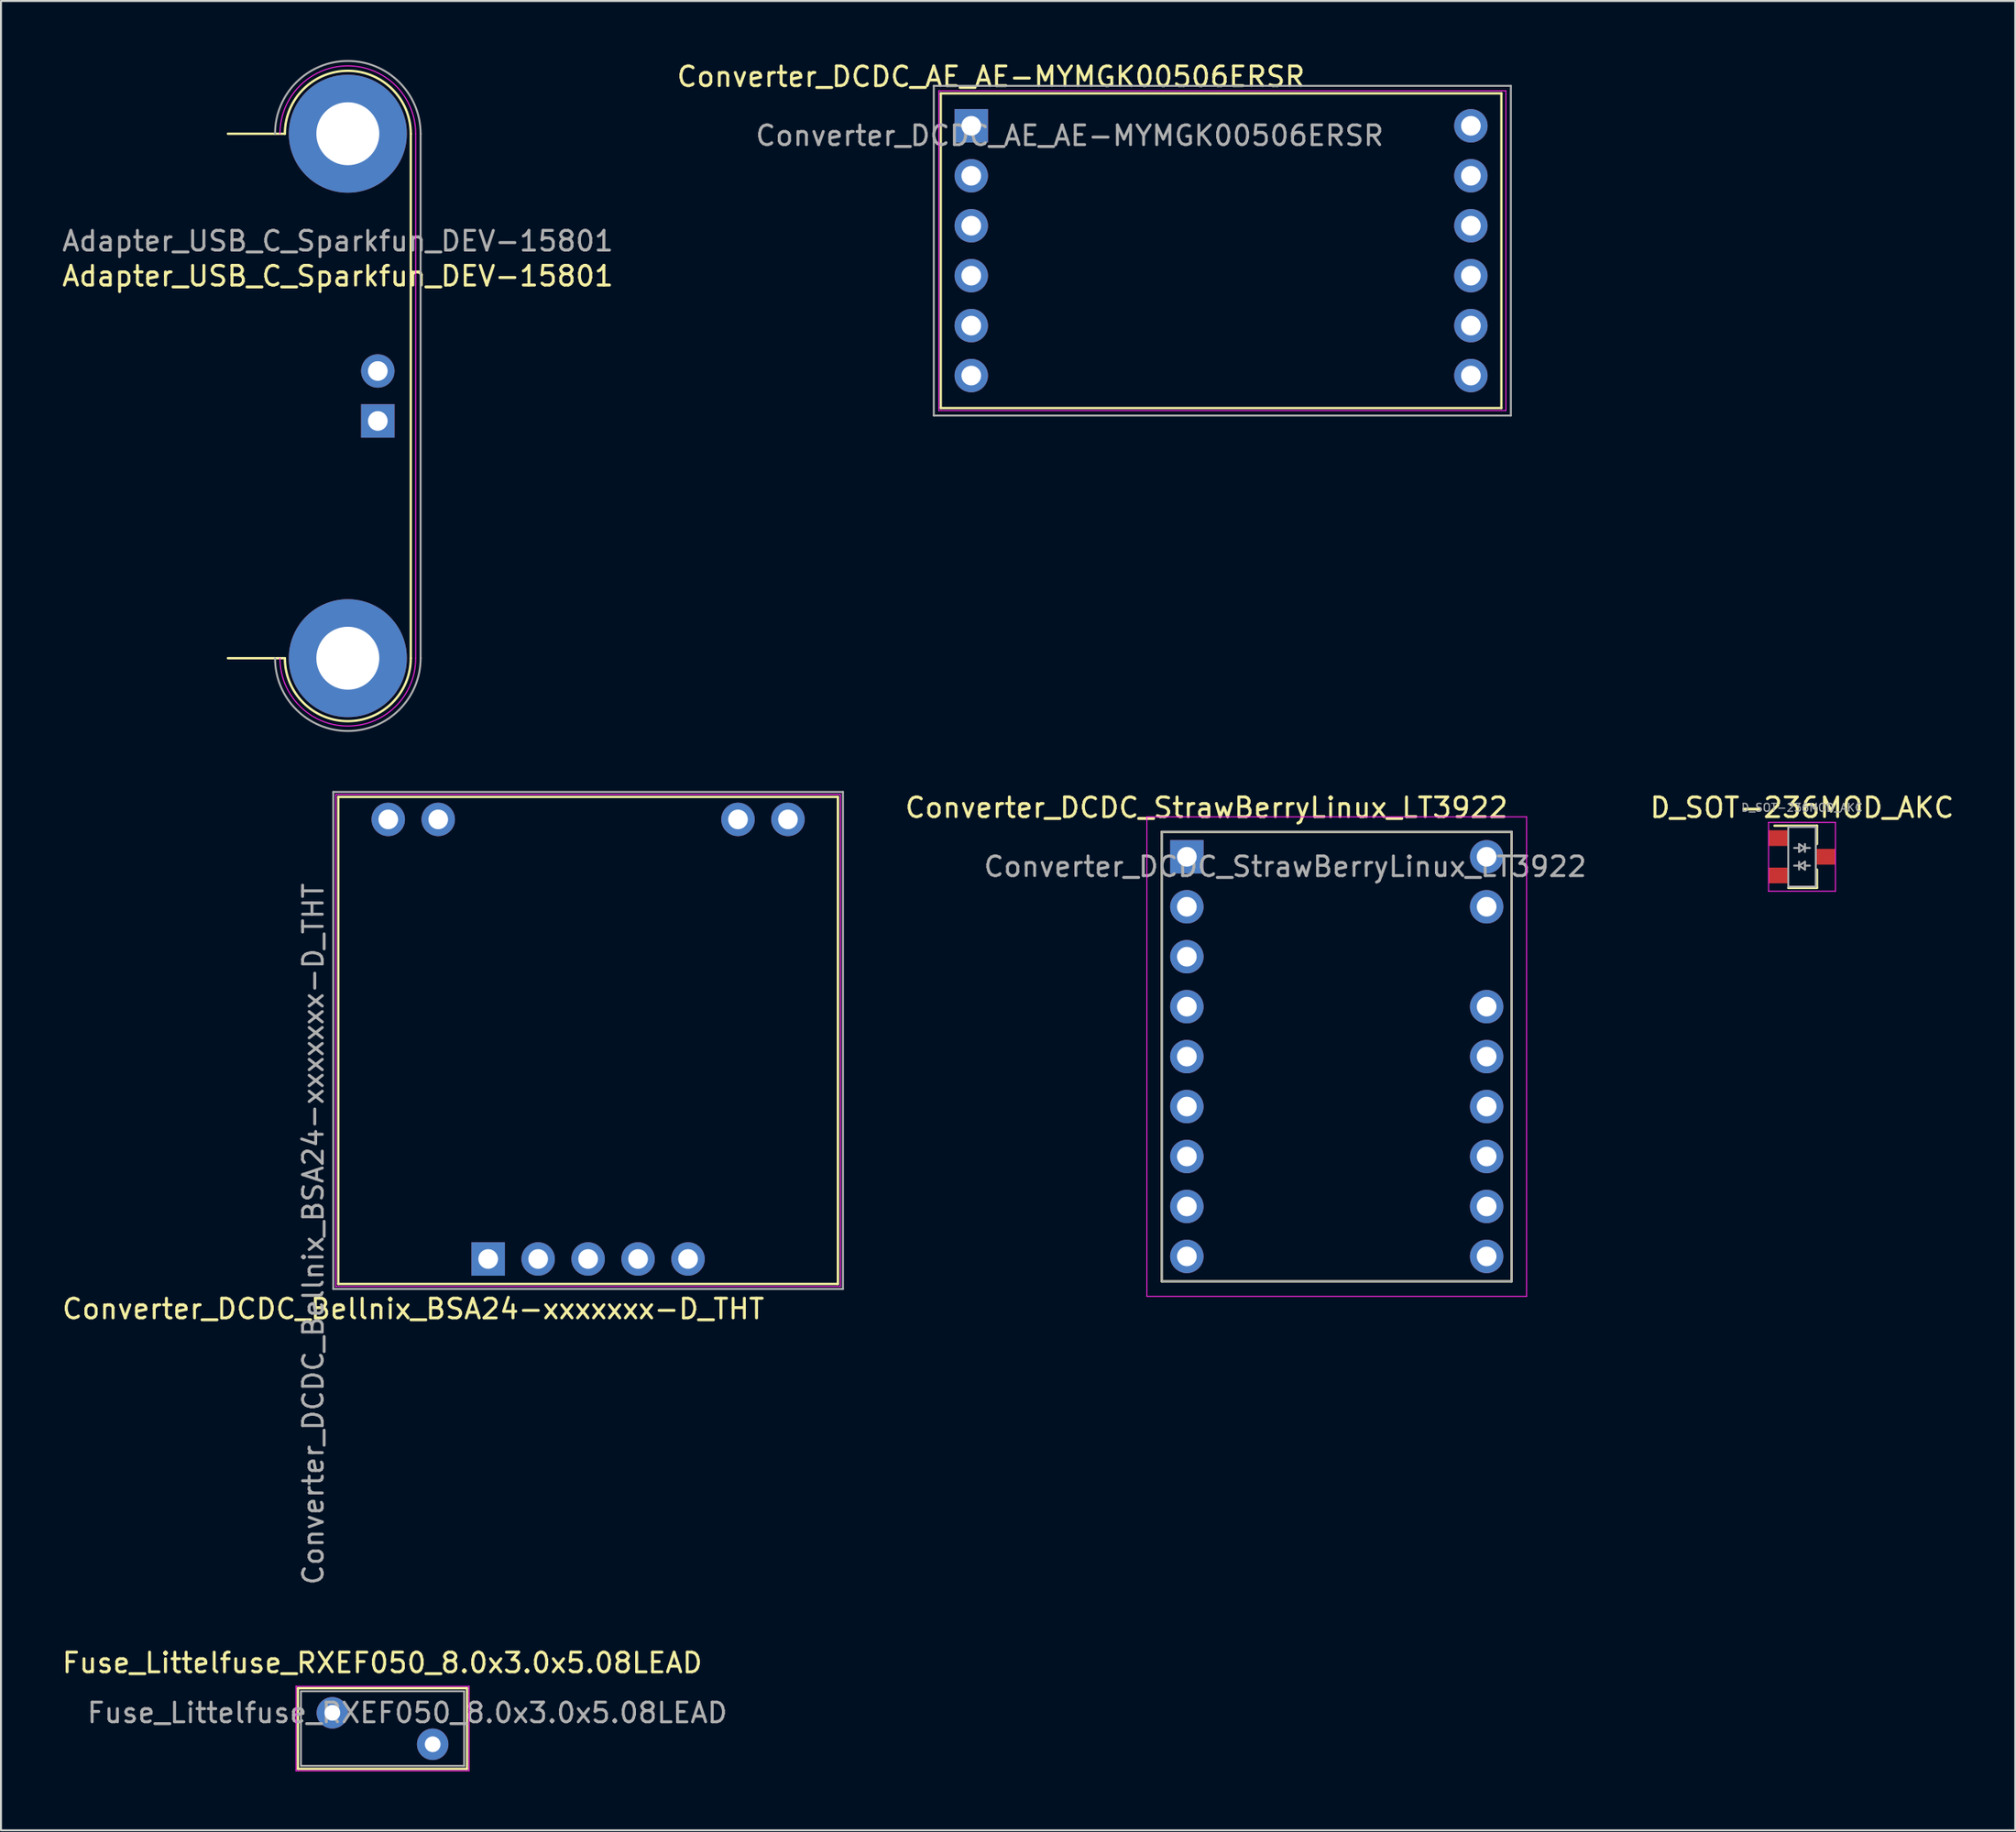
<source format=kicad_pcb>
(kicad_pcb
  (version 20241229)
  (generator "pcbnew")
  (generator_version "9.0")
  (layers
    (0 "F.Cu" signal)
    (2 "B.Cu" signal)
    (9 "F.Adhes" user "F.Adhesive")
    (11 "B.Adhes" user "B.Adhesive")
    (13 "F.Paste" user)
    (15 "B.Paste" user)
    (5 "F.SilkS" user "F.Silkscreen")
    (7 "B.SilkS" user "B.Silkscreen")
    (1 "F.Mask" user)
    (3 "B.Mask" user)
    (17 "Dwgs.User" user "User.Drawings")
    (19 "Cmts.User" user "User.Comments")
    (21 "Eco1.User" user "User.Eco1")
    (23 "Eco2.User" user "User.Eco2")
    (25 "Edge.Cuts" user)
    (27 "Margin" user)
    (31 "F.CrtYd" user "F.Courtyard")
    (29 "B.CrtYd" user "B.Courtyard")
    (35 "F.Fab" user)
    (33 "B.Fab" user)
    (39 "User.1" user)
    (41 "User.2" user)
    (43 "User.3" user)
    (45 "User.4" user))
  (footprint "Converter_DCDC_AE_AE-MYMGK00506ERSR"
    (layer "F.Cu")
    (at 46.327 3.348)
    (property "Reference" "Converter_DCDC_AE_AE-MYMGK00506ERSR" (at 1 -2.5 0) (layer "F.SilkS") (effects (font (size 1 1) (thickness 0.15))))
    (attr through_hole)
    (fp_line (start -1.55 -1.65) (end -1.55 14.35) (stroke (width 0.12) (type solid)) (layer "F.SilkS"))
    (fp_line (start -1.55 -1.65) (end 26.95 -1.65) (stroke (width 0.12) (type solid)) (layer "F.SilkS"))
    (fp_line (start -1.55 14.351) (end 26.95 14.351) (stroke (width 0.12) (type solid)) (layer "F.SilkS"))
    (fp_line (start 26.95 -1.65) (end 26.95 14.351) (stroke (width 0.12) (type solid)) (layer "F.SilkS"))
    (fp_line (start -1.651 -1.778) (end -1.651 14.478) (stroke (width 0.05) (type solid)) (layer "F.CrtYd"))
    (fp_line (start -1.651 -1.778) (end 27.178 -1.778) (stroke (width 0.05) (type solid)) (layer "F.CrtYd"))
    (fp_line (start -1.651 14.478) (end 27.178 14.478) (stroke (width 0.05) (type solid)) (layer "F.CrtYd"))
    (fp_line (start 27.178 -1.778) (end 27.178 14.478) (stroke (width 0.05) (type solid)) (layer "F.CrtYd"))
    (fp_line (start -1.905 -2.032) (end 27.432 -2.032) (stroke (width 0.1) (type solid)) (layer "F.Fab"))
    (fp_line (start -1.905 14.732) (end -1.905 -2.032) (stroke (width 0.1) (type solid)) (layer "F.Fab"))
    (fp_line (start 27.432 -2.032) (end 27.432 14.732) (stroke (width 0.1) (type solid)) (layer "F.Fab"))
    (fp_line (start 27.432 14.732) (end -1.905 14.732) (stroke (width 0.1) (type solid)) (layer "F.Fab"))
    (fp_text user "${REFERENCE}" (at 5 0.5 180) (layer "F.Fab") (effects (font (size 1 1) (thickness 0.15))))
    (pad "1" thru_hole rect (at 0 0 270) (size 1.7 1.7) (drill 1) (layers "*.Cu" "*.Mask"))
    (pad "2" thru_hole oval (at 0 2.54 270) (size 1.7 1.7) (drill 1) (layers "*.Cu" "*.Mask"))
    (pad "3" thru_hole oval (at 0 5.08 270) (size 1.7 1.7) (drill 1) (layers "*.Cu" "*.Mask"))
    (pad "4" thru_hole oval (at 0 7.62 270) (size 1.7 1.7) (drill 1) (layers "*.Cu" "*.Mask"))
    (pad "5" thru_hole oval (at 0 10.16 270) (size 1.7 1.7) (drill 1) (layers "*.Cu" "*.Mask"))
    (pad "6" thru_hole oval (at 0 12.7 270) (size 1.7 1.7) (drill 1) (layers "*.Cu" "*.Mask"))
    (pad "7" thru_hole oval (at 25.4 12.7) (size 1.7 1.7) (drill 1) (layers "*.Cu" "*.Mask"))
    (pad "8" thru_hole oval (at 25.4 10.16 270) (size 1.7 1.7) (drill 1) (layers "*.Cu" "*.Mask"))
    (pad "9" thru_hole oval (at 25.4 7.62 270) (size 1.7 1.7) (drill 1) (layers "*.Cu" "*.Mask"))
    (pad "10" thru_hole oval (at 25.4 5.08 270) (size 1.7 1.7) (drill 1) (layers "*.Cu" "*.Mask"))
    (pad "11" thru_hole oval (at 25.4 2.54 270) (size 1.7 1.7) (drill 1) (layers "*.Cu" "*.Mask"))
    (pad "12" thru_hole oval (at 25.4 0 270) (size 1.7 1.7) (drill 1) (layers "*.Cu" "*.Mask")))
  (footprint "Fuse_Littelfuse_RXEF050_8.0x3.0x5.08LEAD"
    (layer "F.Cu")
    (at 13.847 84.046)
    (property "Reference" "Fuse_Littelfuse_RXEF050_8.0x3.0x5.08LEAD" (at 2.54 -2.54 0) (layer "F.SilkS") (effects (font (size 1 1) (thickness 0.15))))
    (attr through_hole)
    (fp_line (start -1.75 -1.25) (end -1.75 2.85) (stroke (width 0.12) (type solid)) (layer "F.SilkS"))
    (fp_line (start -1.75 -1.25) (end 6.85 -1.25) (stroke (width 0.12) (type solid)) (layer "F.SilkS"))
    (fp_line (start -1.75 2.85) (end 6.85 2.85) (stroke (width 0.12) (type solid)) (layer "F.SilkS"))
    (fp_line (start 6.85 -1.25) (end 6.85 2.85) (stroke (width 0.12) (type solid)) (layer "F.SilkS"))
    (fp_line (start -1.85 -1.35) (end -1.85 2.95) (stroke (width 0.05) (type solid)) (layer "F.CrtYd"))
    (fp_line (start -1.85 -1.35) (end 6.95 -1.35) (stroke (width 0.05) (type solid)) (layer "F.CrtYd"))
    (fp_line (start -1.85 2.95) (end 6.95 2.95) (stroke (width 0.05) (type solid)) (layer "F.CrtYd"))
    (fp_line (start 6.95 -1.35) (end 6.95 2.95) (stroke (width 0.05) (type solid)) (layer "F.CrtYd"))
    (fp_line (start -1.6 -1.1) (end -1.6 2.7) (stroke (width 0.1) (type solid)) (layer "F.Fab"))
    (fp_line (start -1.6 -1.1) (end 6.7 -1.1) (stroke (width 0.1) (type solid)) (layer "F.Fab"))
    (fp_line (start -1.6 2.7) (end 6.7 2.7) (stroke (width 0.1) (type solid)) (layer "F.Fab"))
    (fp_line (start 6.7 -1.1) (end 6.7 2.7) (stroke (width 0.1) (type solid)) (layer "F.Fab"))
    (fp_text user "${REFERENCE}" (at 3.81 0 0) (layer "F.Fab") (effects (font (size 1 1) (thickness 0.15))))
    (pad "1" thru_hole circle (at 0 0) (size 1.6 1.6) (drill 0.8) (layers "*.Cu" "*.Mask"))
    (pad "2" thru_hole circle (at 5.1 1.6) (size 1.6 1.6) (drill 0.8) (layers "*.Cu" "*.Mask")))
  (footprint "Converter_DCDC_StrawBerryLinux_LT3922"
    (layer "F.Cu")
    (at 57.287 40.518)
    (property "Reference" "Converter_DCDC_StrawBerryLinux_LT3922" (at 1 -2.5 0) (layer "F.SilkS") (effects (font (size 1 1) (thickness 0.15))))
    (attr through_hole)
    (fp_line (start -1.27 -1.27) (end -1.27 21.59) (stroke (width 0.12) (type solid)) (layer "F.SilkS"))
    (fp_line (start -1.27 -1.27) (end 16.51 -1.27) (stroke (width 0.12) (type solid)) (layer "F.SilkS"))
    (fp_line (start -1.27 21.59) (end 16.51 21.59) (stroke (width 0.12) (type solid)) (layer "F.SilkS"))
    (fp_line (start 16.51 -1.27) (end 16.51 21.59) (stroke (width 0.12) (type solid)) (layer "F.SilkS"))
    (fp_line (start -2.032 -2.032) (end -2.032 22.352) (stroke (width 0.05) (type solid)) (layer "F.CrtYd"))
    (fp_line (start -2.032 -2.032) (end 17.272 -2.032) (stroke (width 0.05) (type solid)) (layer "F.CrtYd"))
    (fp_line (start -2.032 22.352) (end 17.272 22.352) (stroke (width 0.05) (type solid)) (layer "F.CrtYd"))
    (fp_line (start 17.272 -2.032) (end 17.272 22.352) (stroke (width 0.05) (type solid)) (layer "F.CrtYd"))
    (fp_line (start -1.27 -1.27) (end 16.51 -1.27) (stroke (width 0.1) (type solid)) (layer "F.Fab"))
    (fp_line (start -1.27 21.59) (end -1.27 -1.27) (stroke (width 0.1) (type solid)) (layer "F.Fab"))
    (fp_line (start 16.51 -1.27) (end 16.51 21.59) (stroke (width 0.1) (type solid)) (layer "F.Fab"))
    (fp_line (start 16.51 21.59) (end -1.27 21.59) (stroke (width 0.1) (type solid)) (layer "F.Fab"))
    (fp_text user "${REFERENCE}" (at 5 0.5 180) (layer "F.Fab") (effects (font (size 1 1) (thickness 0.15))))
    (pad "1" thru_hole rect (at 0 0 270) (size 1.7 1.7) (drill 1) (layers "*.Cu" "*.Mask"))
    (pad "2" thru_hole oval (at 0 2.54 270) (size 1.7 1.7) (drill 1) (layers "*.Cu" "*.Mask"))
    (pad "3" thru_hole oval (at 0 5.08 270) (size 1.7 1.7) (drill 1) (layers "*.Cu" "*.Mask"))
    (pad "4" thru_hole oval (at 0 7.62 270) (size 1.7 1.7) (drill 1) (layers "*.Cu" "*.Mask"))
    (pad "5" thru_hole oval (at 0 10.16 270) (size 1.7 1.7) (drill 1) (layers "*.Cu" "*.Mask"))
    (pad "6" thru_hole oval (at 0 12.7 270) (size 1.7 1.7) (drill 1) (layers "*.Cu" "*.Mask"))
    (pad "7" thru_hole oval (at 0 15.24) (size 1.7 1.7) (drill 1) (layers "*.Cu" "*.Mask"))
    (pad "8" thru_hole oval (at 0 17.78 270) (size 1.7 1.7) (drill 1) (layers "*.Cu" "*.Mask"))
    (pad "9" thru_hole oval (at 0 20.32 270) (size 1.7 1.7) (drill 1) (layers "*.Cu" "*.Mask"))
    (pad "10" thru_hole oval (at 15.24 20.32 270) (size 1.7 1.7) (drill 1) (layers "*.Cu" "*.Mask"))
    (pad "11" thru_hole oval (at 15.24 17.78 270) (size 1.7 1.7) (drill 1) (layers "*.Cu" "*.Mask"))
    (pad "12" thru_hole oval (at 15.24 15.24 270) (size 1.7 1.7) (drill 1) (layers "*.Cu" "*.Mask"))
    (pad "13" thru_hole oval (at 15.24 12.7 270) (size 1.7 1.7) (drill 1) (layers "*.Cu" "*.Mask"))
    (pad "14" thru_hole oval (at 15.24 10.16 270) (size 1.7 1.7) (drill 1) (layers "*.Cu" "*.Mask"))
    (pad "15" thru_hole oval (at 15.24 7.62 270) (size 1.7 1.7) (drill 1) (layers "*.Cu" "*.Mask"))
    (pad "17" thru_hole oval (at 15.24 2.54 270) (size 1.7 1.7) (drill 1) (layers "*.Cu" "*.Mask"))
    (pad "18" thru_hole oval (at 15.24 0 270) (size 1.7 1.7) (drill 1) (layers "*.Cu" "*.Mask")))
  (footprint "Converter_DCDC_Bellnix_BSA24-xxxxxxx-D_THT"
    (layer "F.Cu")
    (at 21.768 60.969)
    (property "Reference" "Converter_DCDC_Bellnix_BSA24-xxxxxxx-D_THT" (at -3.81 2.54 0) (layer "F.SilkS") (effects (font (size 1 1) (thickness 0.15))))
    (attr through_hole)
    (fp_line (start -7.62 -23.495) (end -7.62 1.27) (stroke (width 0.12) (type solid)) (layer "F.SilkS"))
    (fp_line (start -7.62 -23.495) (end 17.78 -23.495) (stroke (width 0.12) (type solid)) (layer "F.SilkS"))
    (fp_line (start -7.62 1.27) (end 17.78 1.27) (stroke (width 0.12) (type solid)) (layer "F.SilkS"))
    (fp_line (start 17.78 -23.495) (end 17.78 1.27) (stroke (width 0.12) (type solid)) (layer "F.SilkS"))
    (fp_line (start -7.747 -23.622) (end -7.747 1.397) (stroke (width 0.05) (type solid)) (layer "F.CrtYd"))
    (fp_line (start -7.747 -23.622) (end 17.907 -23.622) (stroke (width 0.05) (type solid)) (layer "F.CrtYd"))
    (fp_line (start -7.747 1.397) (end 17.907 1.397) (stroke (width 0.05) (type solid)) (layer "F.CrtYd"))
    (fp_line (start 17.907 -23.622) (end 17.907 1.397) (stroke (width 0.05) (type solid)) (layer "F.CrtYd"))
    (fp_line (start -7.874 -23.749) (end 18.034 -23.749) (stroke (width 0.1) (type solid)) (layer "F.Fab"))
    (fp_line (start -7.874 1.524) (end -7.874 -23.749) (stroke (width 0.1) (type solid)) (layer "F.Fab"))
    (fp_line (start 18.034 -23.749) (end 18.034 1.524) (stroke (width 0.1) (type solid)) (layer "F.Fab"))
    (fp_line (start 18.034 1.524) (end -7.874 1.524) (stroke (width 0.1) (type solid)) (layer "F.Fab"))
    (fp_text user "${REFERENCE}" (at -8.89 -1.27 90) (layer "F.Fab") (effects (font (size 1 1) (thickness 0.15))))
    (pad "1" thru_hole rect (at 0 0) (size 1.7 1.7) (drill 1) (layers "*.Cu" "*.Mask"))
    (pad "2" thru_hole oval (at 2.54 0) (size 1.7 1.7) (drill 1) (layers "*.Cu" "*.Mask"))
    (pad "3" thru_hole oval (at 5.08 0) (size 1.7 1.7) (drill 1) (layers "*.Cu" "*.Mask"))
    (pad "4" thru_hole oval (at 7.62 0) (size 1.7 1.7) (drill 1) (layers "*.Cu" "*.Mask"))
    (pad "5" thru_hole oval (at 10.16 0) (size 1.7 1.7) (drill 1) (layers "*.Cu" "*.Mask"))
    (pad "6" thru_hole oval (at 15.24 -22.352) (size 1.7 1.7) (drill 1) (layers "*.Cu" "*.Mask"))
    (pad "7" thru_hole oval (at 12.7 -22.352) (size 1.7 1.7) (drill 1) (layers "*.Cu" "*.Mask"))
    (pad "8" thru_hole oval (at -2.54 -22.352) (size 1.7 1.7) (drill 1) (layers "*.Cu" "*.Mask"))
    (pad "9" thru_hole oval (at -5.08 -22.352) (size 1.7 1.7) (drill 1) (layers "*.Cu" "*.Mask")))
  (footprint "Adapter_USB_C_Sparkfun_DEV-15801"
    (layer "F.Cu")
    (at 16.157 17.085)
    (property "Reference" "Adapter_USB_C_Sparkfun_DEV-15801" (at -2.032 -6.096 0) (layer "F.SilkS") (effects (font (size 1 1) (thickness 0.15))))
    (attr through_hole)
    (fp_line (start -4.724 -13.335) (end -7.62 -13.335) (stroke (width 0.12) (type solid)) (layer "F.SilkS"))
    (fp_line (start -4.724 13.335) (end -7.62 13.335) (stroke (width 0.12) (type solid)) (layer "F.SilkS"))
    (fp_line (start 1.676 -13.335) (end 1.676 13.335) (stroke (width 0.12) (type solid)) (layer "F.SilkS"))
    (fp_arc (start -4.724 -13.335) (mid -1.524 -16.535) (end 1.676 -13.335) (stroke (width 0.12) (type solid)) (layer "F.SilkS"))
    (fp_arc (start 1.676 13.335) (mid -1.524 16.535) (end -4.724 13.335) (stroke (width 0.12) (type solid)) (layer "F.SilkS"))
    (fp_line (start 1.926 -13.335) (end 1.926 13.335) (stroke (width 0.05) (type solid)) (layer "F.CrtYd"))
    (fp_arc (start -4.974 -13.335) (mid -1.524 -16.785) (end 1.926 -13.335) (stroke (width 0.05) (type solid)) (layer "F.CrtYd"))
    (fp_arc (start 1.926 13.335) (mid -1.524 16.785) (end -4.974 13.335) (stroke (width 0.05) (type solid)) (layer "F.CrtYd"))
    (fp_line (start 2.176 13.335) (end 2.176 -13.335) (stroke (width 0.1) (type solid)) (layer "F.Fab"))
    (fp_arc (start -5.224 -13.335) (mid -1.524 -17.035) (end 2.176 -13.335) (stroke (width 0.1) (type solid)) (layer "F.Fab"))
    (fp_arc (start 2.176 13.335) (mid -1.524 17.035) (end -5.224 13.335) (stroke (width 0.1) (type solid)) (layer "F.Fab"))
    (fp_text user "${REFERENCE}" (at -2.032 -7.874 180) (layer "F.Fab") (effects (font (size 1 1) (thickness 0.15))))
    (pad "" np_thru_hole circle (at -1.524 -13.335 270) (size 6 6) (drill 3.2) (layers "*.Cu" "*.Mask"))
    (pad "" np_thru_hole circle (at -1.524 13.335 270) (size 6 6) (drill 3.2) (layers "*.Cu" "*.Mask"))
    (pad "1" thru_hole rect (at 0 1.27 270) (size 1.7 1.7) (drill 1) (layers "*.Cu" "*.Mask"))
    (pad "2" thru_hole oval (at 0 -1.27 270) (size 1.7 1.7) (drill 1) (layers "*.Cu" "*.Mask")))
  (footprint "D_SOT-236MOD_AKC"
    (layer "F.Cu")
    (at 88.561 40.518)
    (property "Reference" "D_SOT-236MOD_AKC" (at 0 -2.5 0) (layer "F.SilkS") (effects (font (size 1 1) (thickness 0.15))))
    (attr smd)
    (fp_line (start 0.76 -1.58) (end -1.4 -1.58) (stroke (width 0.12) (type solid)) (layer "F.SilkS"))
    (fp_line (start 0.76 -1.58) (end 0.76 -0.65) (stroke (width 0.12) (type solid)) (layer "F.SilkS"))
    (fp_line (start 0.76 1.58) (end -0.7 1.58) (stroke (width 0.12) (type solid)) (layer "F.SilkS"))
    (fp_line (start 0.76 1.58) (end 0.76 0.65) (stroke (width 0.12) (type solid)) (layer "F.SilkS"))
    (fp_line (start -1.7 -1.75) (end 1.7 -1.75) (stroke (width 0.05) (type solid)) (layer "F.CrtYd"))
    (fp_line (start -1.7 1.75) (end -1.7 -1.75) (stroke (width 0.05) (type solid)) (layer "F.CrtYd"))
    (fp_line (start 1.7 -1.75) (end 1.7 1.75) (stroke (width 0.05) (type solid)) (layer "F.CrtYd"))
    (fp_line (start 1.7 1.75) (end -1.7 1.75) (stroke (width 0.05) (type solid)) (layer "F.CrtYd"))
    (fp_line (start -0.7 -1.52) (end -0.7 1.52) (stroke (width 0.1) (type solid)) (layer "F.Fab"))
    (fp_line (start -0.7 -1.52) (end 0.7 -1.52) (stroke (width 0.1) (type solid)) (layer "F.Fab"))
    (fp_line (start -0.7 1.52) (end 0.7 1.52) (stroke (width 0.1) (type solid)) (layer "F.Fab"))
    (fp_line (start -0.15 -0.65) (end -0.15 -0.25) (stroke (width 0.1) (type solid)) (layer "F.Fab"))
    (fp_line (start -0.15 -0.45) (end -0.4 -0.45) (stroke (width 0.1) (type solid)) (layer "F.Fab"))
    (fp_line (start -0.15 -0.25) (end 0.15 -0.45) (stroke (width 0.1) (type solid)) (layer "F.Fab"))
    (fp_line (start -0.15 0.45) (end -0.4 0.45) (stroke (width 0.1) (type solid)) (layer "F.Fab"))
    (fp_line (start -0.15 0.45) (end 0.15 0.65) (stroke (width 0.1) (type solid)) (layer "F.Fab"))
    (fp_line (start -0.15 0.65) (end -0.15 0.25) (stroke (width 0.1) (type solid)) (layer "F.Fab"))
    (fp_line (start 0.15 -0.65) (end 0.15 -0.25) (stroke (width 0.1) (type solid)) (layer "F.Fab"))
    (fp_line (start 0.15 -0.45) (end -0.15 -0.65) (stroke (width 0.1) (type solid)) (layer "F.Fab"))
    (fp_line (start 0.15 -0.45) (end 0.4 -0.45) (stroke (width 0.1) (type solid)) (layer "F.Fab"))
    (fp_line (start 0.15 0.25) (end -0.15 0.45) (stroke (width 0.1) (type solid)) (layer "F.Fab"))
    (fp_line (start 0.15 0.45) (end 0.4 0.45) (stroke (width 0.1) (type solid)) (layer "F.Fab"))
    (fp_line (start 0.15 0.65) (end 0.15 0.25) (stroke (width 0.1) (type solid)) (layer "F.Fab"))
    (fp_line (start 0.7 -1.52) (end 0.7 1.52) (stroke (width 0.1) (type solid)) (layer "F.Fab"))
    (fp_text user "${REFERENCE}" (at 0 -2.5 0) (layer "F.Fab") (effects (font (size 0.4 0.4) (thickness 0.06))))
    (pad "1" smd rect (at -1.2 -0.95) (size 1 0.8) (layers "F.Cu" "F.Mask" "F.Paste"))
    (pad "2" smd rect (at -1.2 0.95) (size 1 0.8) (layers "F.Cu" "F.Mask" "F.Paste"))
    (pad "3" smd rect (at 1.2 0) (size 1 0.8) (layers "F.Cu" "F.Mask" "F.Paste")))
  (gr_rect
    (start -3 -3)
    (end 99.4 90.021)
    (stroke (width 0.1) (type default))
    (fill no)
    (layer "Edge.Cuts")))
</source>
